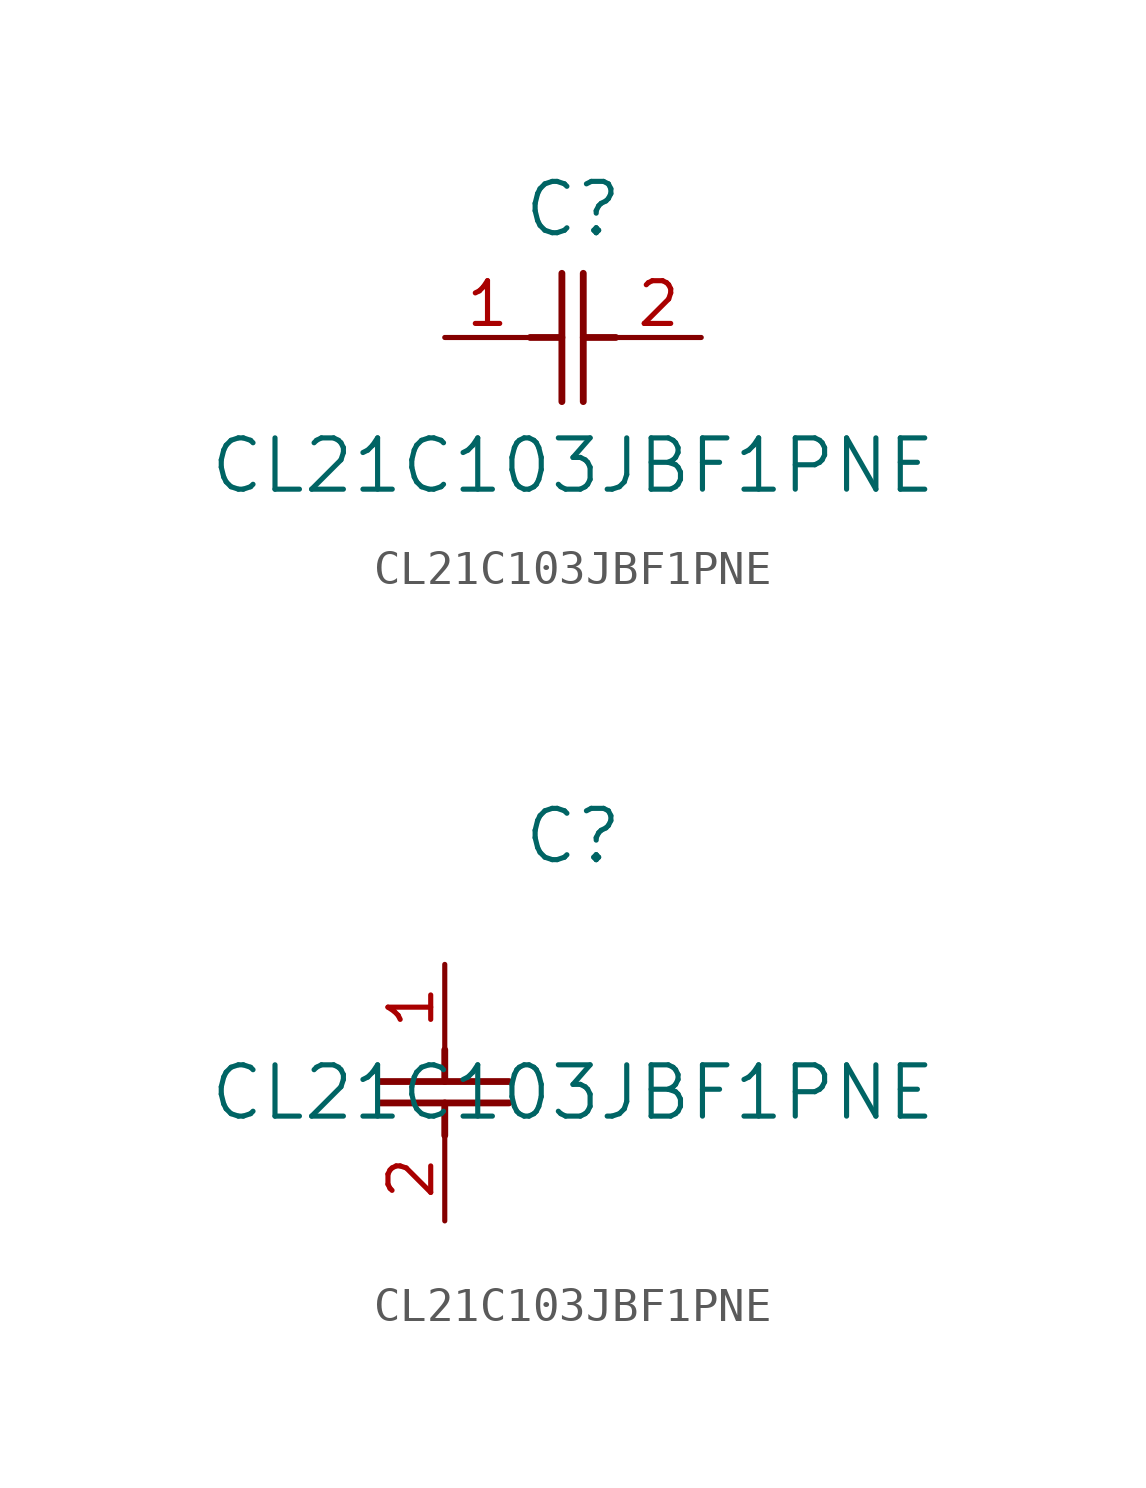
<source format=kicad_sym>
(kicad_symbol_lib
  (version 20211014)
  (generator kicad_symbol_editor)
  (symbol "CL21C103JBF1PNE"
    (pin_names
      (offset 0.254))
    (property "Reference" "C"
      (at 3.81 3.81 0)
      (effects (font (size 1.524 1.524))))
    (property "Value" "CL21C103JBF1PNE"
      (at 3.81 -3.81 0)
      (effects (font (size 1.524 1.524))))
    (symbol "CL21C103JBF1PNE_1_1"
      (polyline (pts (xy 3.48 -1.905) (xy 3.48 1.905)) (stroke (width 0.203) (type default) (color 0 0 0 0)) (fill (type none)))
      (polyline (pts (xy 4.115 -1.905) (xy 4.115 1.905)) (stroke (width 0.203) (type default) (color 0 0 0 0)) (fill (type none)))
      (polyline (pts (xy 4.115 0) (xy 5.08 0)) (stroke (width 0.203) (type default) (color 0 0 0 0)) (fill (type none)))
      (polyline (pts (xy 2.54 0) (xy 3.48 0)) (stroke (width 0.203) (type default) (color 0 0 0 0)) (fill (type none)))
      (pin unspecified line (at 0 0 0) (length 2.54) (name "" (effects (font (size 1.27 1.27)))) (number "1" (effects (font (size 1.27 1.27)))))
      (pin unspecified line (at 7.62 0 180) (length 2.54) (name "" (effects (font (size 1.27 1.27)))) (number "2" (effects (font (size 1.27 1.27))))))
    (symbol "CL21C103JBF1PNE_1_2"
      (polyline (pts (xy -1.905 -3.48) (xy 1.905 -3.48)) (stroke (width 0.203) (type default) (color 0 0 0 0)) (fill (type none)))
      (polyline (pts (xy -1.905 -4.115) (xy 1.905 -4.115)) (stroke (width 0.203) (type default) (color 0 0 0 0)) (fill (type none)))
      (polyline (pts (xy 0 -4.115) (xy 0 -5.08)) (stroke (width 0.203) (type default) (color 0 0 0 0)) (fill (type none)))
      (polyline (pts (xy 0 -2.54) (xy 0 -3.48)) (stroke (width 0.203) (type default) (color 0 0 0 0)) (fill (type none)))
      (pin unspecified line (at 0 0 270) (length 2.54) (name "" (effects (font (size 1.27 1.27)))) (number "1" (effects (font (size 1.27 1.27)))))
      (pin unspecified line (at 0 -7.62 90) (length 2.54) (name "" (effects (font (size 1.27 1.27)))) (number "2" (effects (font (size 1.27 1.27))))))))
</source>
